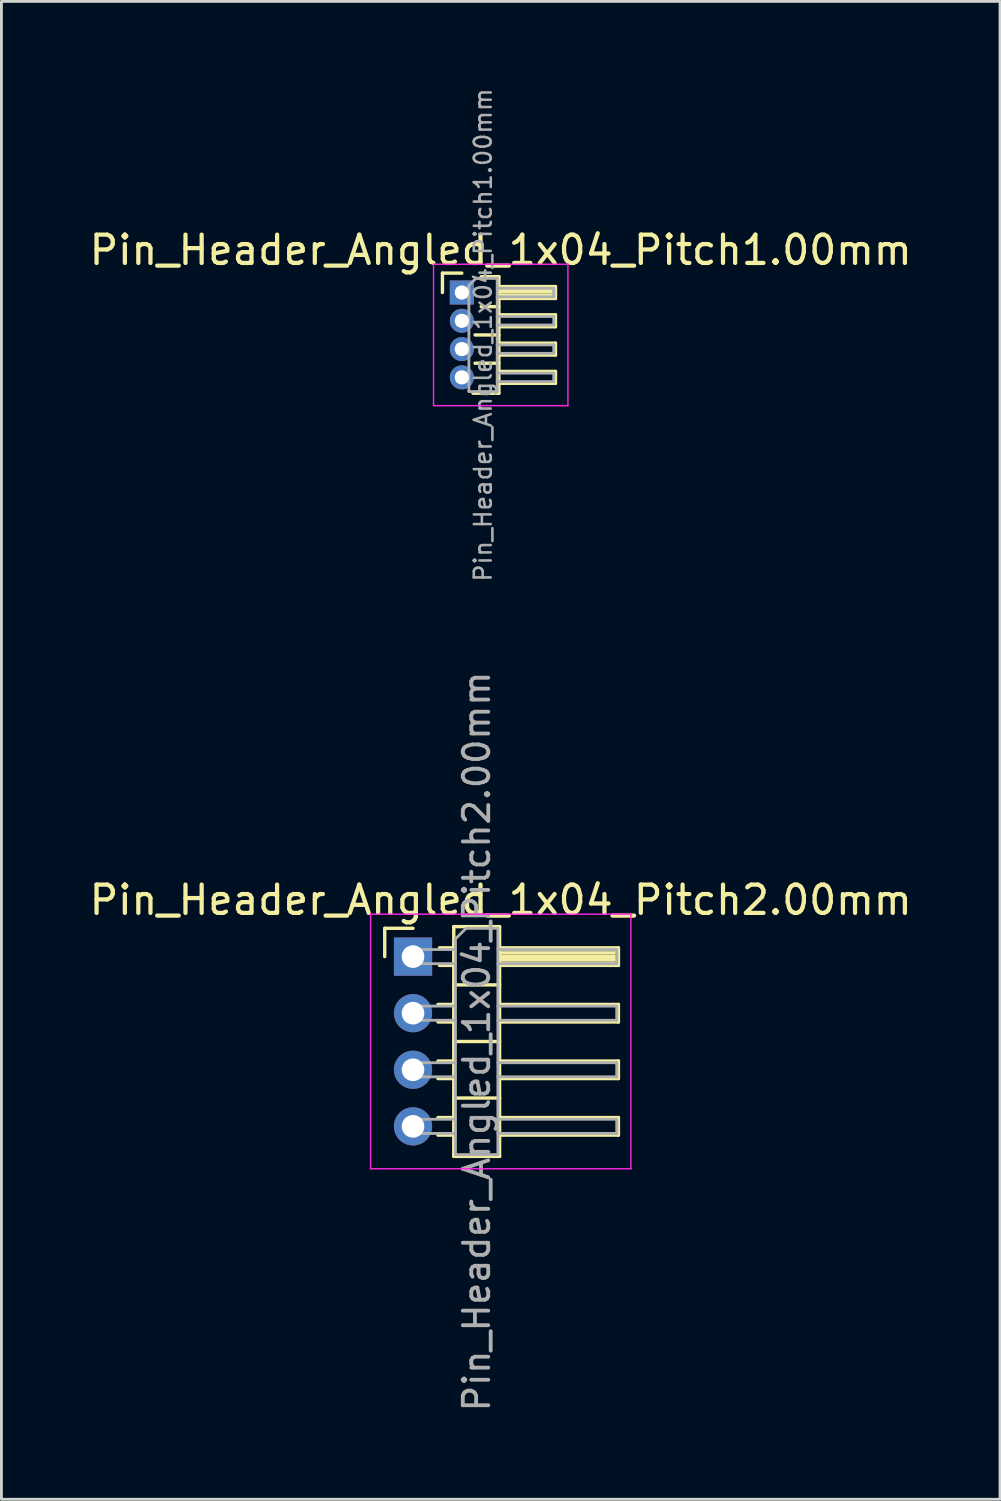
<source format=kicad_pcb>
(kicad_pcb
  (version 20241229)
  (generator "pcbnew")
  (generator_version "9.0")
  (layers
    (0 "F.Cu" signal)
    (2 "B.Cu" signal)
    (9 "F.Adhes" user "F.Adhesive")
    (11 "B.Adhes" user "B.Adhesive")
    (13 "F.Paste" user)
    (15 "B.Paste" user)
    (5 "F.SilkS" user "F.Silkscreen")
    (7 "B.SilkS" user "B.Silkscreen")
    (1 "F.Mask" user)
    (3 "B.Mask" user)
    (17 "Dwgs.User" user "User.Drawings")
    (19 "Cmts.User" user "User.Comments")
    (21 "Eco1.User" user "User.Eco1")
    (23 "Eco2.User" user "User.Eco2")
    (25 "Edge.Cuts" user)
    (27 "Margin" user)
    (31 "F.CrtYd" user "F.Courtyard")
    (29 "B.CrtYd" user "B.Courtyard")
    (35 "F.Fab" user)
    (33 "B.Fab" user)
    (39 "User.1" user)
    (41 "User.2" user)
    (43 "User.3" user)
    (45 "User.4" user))
  (footprint "Pin_Header_Angled_1x04_Pitch2.00mm"
    (layer "F.Cu")
    (at 11.549 30.763)
    (property "Reference" "Pin_Header_Angled_1x04_Pitch2.00mm" (at 3.1 -2 0) (layer "F.SilkS") (effects (font (size 1 1) (thickness 0.15))))
    (attr through_hole)
    (fp_line (start -1 -1) (end 0 -1) (stroke (width 0.12) (type solid)) (layer "F.SilkS"))
    (fp_line (start -1 0) (end -1 -1) (stroke (width 0.12) (type solid)) (layer "F.SilkS"))
    (fp_line (start 0.882 1.69) (end 1.44 1.69) (stroke (width 0.12) (type solid)) (layer "F.SilkS"))
    (fp_line (start 0.882 2.31) (end 1.44 2.31) (stroke (width 0.12) (type solid)) (layer "F.SilkS"))
    (fp_line (start 0.882 3.69) (end 1.44 3.69) (stroke (width 0.12) (type solid)) (layer "F.SilkS"))
    (fp_line (start 0.882 4.31) (end 1.44 4.31) (stroke (width 0.12) (type solid)) (layer "F.SilkS"))
    (fp_line (start 0.882 5.69) (end 1.44 5.69) (stroke (width 0.12) (type solid)) (layer "F.SilkS"))
    (fp_line (start 0.882 6.31) (end 1.44 6.31) (stroke (width 0.12) (type solid)) (layer "F.SilkS"))
    (fp_line (start 0.935 -0.31) (end 1.44 -0.31) (stroke (width 0.12) (type solid)) (layer "F.SilkS"))
    (fp_line (start 0.935 0.31) (end 1.44 0.31) (stroke (width 0.12) (type solid)) (layer "F.SilkS"))
    (fp_line (start 1.44 -1.06) (end 1.44 7.06) (stroke (width 0.12) (type solid)) (layer "F.SilkS"))
    (fp_line (start 1.44 1) (end 3.06 1) (stroke (width 0.12) (type solid)) (layer "F.SilkS"))
    (fp_line (start 1.44 3) (end 3.06 3) (stroke (width 0.12) (type solid)) (layer "F.SilkS"))
    (fp_line (start 1.44 5) (end 3.06 5) (stroke (width 0.12) (type solid)) (layer "F.SilkS"))
    (fp_line (start 1.44 7.06) (end 3.06 7.06) (stroke (width 0.12) (type solid)) (layer "F.SilkS"))
    (fp_line (start 3.06 -1.06) (end 1.44 -1.06) (stroke (width 0.12) (type solid)) (layer "F.SilkS"))
    (fp_line (start 3.06 -0.31) (end 7.26 -0.31) (stroke (width 0.12) (type solid)) (layer "F.SilkS"))
    (fp_line (start 3.06 -0.25) (end 7.26 -0.25) (stroke (width 0.12) (type solid)) (layer "F.SilkS"))
    (fp_line (start 3.06 -0.13) (end 7.26 -0.13) (stroke (width 0.12) (type solid)) (layer "F.SilkS"))
    (fp_line (start 3.06 -0.01) (end 7.26 -0.01) (stroke (width 0.12) (type solid)) (layer "F.SilkS"))
    (fp_line (start 3.06 0.11) (end 7.26 0.11) (stroke (width 0.12) (type solid)) (layer "F.SilkS"))
    (fp_line (start 3.06 0.23) (end 7.26 0.23) (stroke (width 0.12) (type solid)) (layer "F.SilkS"))
    (fp_line (start 3.06 1.69) (end 7.26 1.69) (stroke (width 0.12) (type solid)) (layer "F.SilkS"))
    (fp_line (start 3.06 3.69) (end 7.26 3.69) (stroke (width 0.12) (type solid)) (layer "F.SilkS"))
    (fp_line (start 3.06 5.69) (end 7.26 5.69) (stroke (width 0.12) (type solid)) (layer "F.SilkS"))
    (fp_line (start 3.06 7.06) (end 3.06 -1.06) (stroke (width 0.12) (type solid)) (layer "F.SilkS"))
    (fp_line (start 7.26 -0.31) (end 7.26 0.31) (stroke (width 0.12) (type solid)) (layer "F.SilkS"))
    (fp_line (start 7.26 0.31) (end 3.06 0.31) (stroke (width 0.12) (type solid)) (layer "F.SilkS"))
    (fp_line (start 7.26 1.69) (end 7.26 2.31) (stroke (width 0.12) (type solid)) (layer "F.SilkS"))
    (fp_line (start 7.26 2.31) (end 3.06 2.31) (stroke (width 0.12) (type solid)) (layer "F.SilkS"))
    (fp_line (start 7.26 3.69) (end 7.26 4.31) (stroke (width 0.12) (type solid)) (layer "F.SilkS"))
    (fp_line (start 7.26 4.31) (end 3.06 4.31) (stroke (width 0.12) (type solid)) (layer "F.SilkS"))
    (fp_line (start 7.26 5.69) (end 7.26 6.31) (stroke (width 0.12) (type solid)) (layer "F.SilkS"))
    (fp_line (start 7.26 6.31) (end 3.06 6.31) (stroke (width 0.12) (type solid)) (layer "F.SilkS"))
    (fp_line (start -1.5 -1.5) (end -1.5 7.5) (stroke (width 0.05) (type solid)) (layer "F.CrtYd"))
    (fp_line (start -1.5 7.5) (end 7.7 7.5) (stroke (width 0.05) (type solid)) (layer "F.CrtYd"))
    (fp_line (start 7.7 -1.5) (end -1.5 -1.5) (stroke (width 0.05) (type solid)) (layer "F.CrtYd"))
    (fp_line (start 7.7 7.5) (end 7.7 -1.5) (stroke (width 0.05) (type solid)) (layer "F.CrtYd"))
    (fp_line (start -0.25 -0.25) (end -0.25 0.25) (stroke (width 0.1) (type solid)) (layer "F.Fab"))
    (fp_line (start -0.25 -0.25) (end 1.5 -0.25) (stroke (width 0.1) (type solid)) (layer "F.Fab"))
    (fp_line (start -0.25 0.25) (end 1.5 0.25) (stroke (width 0.1) (type solid)) (layer "F.Fab"))
    (fp_line (start -0.25 1.75) (end -0.25 2.25) (stroke (width 0.1) (type solid)) (layer "F.Fab"))
    (fp_line (start -0.25 1.75) (end 1.5 1.75) (stroke (width 0.1) (type solid)) (layer "F.Fab"))
    (fp_line (start -0.25 2.25) (end 1.5 2.25) (stroke (width 0.1) (type solid)) (layer "F.Fab"))
    (fp_line (start -0.25 3.75) (end -0.25 4.25) (stroke (width 0.1) (type solid)) (layer "F.Fab"))
    (fp_line (start -0.25 3.75) (end 1.5 3.75) (stroke (width 0.1) (type solid)) (layer "F.Fab"))
    (fp_line (start -0.25 4.25) (end 1.5 4.25) (stroke (width 0.1) (type solid)) (layer "F.Fab"))
    (fp_line (start -0.25 5.75) (end -0.25 6.25) (stroke (width 0.1) (type solid)) (layer "F.Fab"))
    (fp_line (start -0.25 5.75) (end 1.5 5.75) (stroke (width 0.1) (type solid)) (layer "F.Fab"))
    (fp_line (start -0.25 6.25) (end 1.5 6.25) (stroke (width 0.1) (type solid)) (layer "F.Fab"))
    (fp_line (start 1.5 -0.625) (end 1.875 -1) (stroke (width 0.1) (type solid)) (layer "F.Fab"))
    (fp_line (start 1.5 7) (end 1.5 -0.625) (stroke (width 0.1) (type solid)) (layer "F.Fab"))
    (fp_line (start 1.875 -1) (end 3 -1) (stroke (width 0.1) (type solid)) (layer "F.Fab"))
    (fp_line (start 3 -1) (end 3 7) (stroke (width 0.1) (type solid)) (layer "F.Fab"))
    (fp_line (start 3 -0.25) (end 7.2 -0.25) (stroke (width 0.1) (type solid)) (layer "F.Fab"))
    (fp_line (start 3 0.25) (end 7.2 0.25) (stroke (width 0.1) (type solid)) (layer "F.Fab"))
    (fp_line (start 3 1.75) (end 7.2 1.75) (stroke (width 0.1) (type solid)) (layer "F.Fab"))
    (fp_line (start 3 2.25) (end 7.2 2.25) (stroke (width 0.1) (type solid)) (layer "F.Fab"))
    (fp_line (start 3 3.75) (end 7.2 3.75) (stroke (width 0.1) (type solid)) (layer "F.Fab"))
    (fp_line (start 3 4.25) (end 7.2 4.25) (stroke (width 0.1) (type solid)) (layer "F.Fab"))
    (fp_line (start 3 5.75) (end 7.2 5.75) (stroke (width 0.1) (type solid)) (layer "F.Fab"))
    (fp_line (start 3 6.25) (end 7.2 6.25) (stroke (width 0.1) (type solid)) (layer "F.Fab"))
    (fp_line (start 3 7) (end 1.5 7) (stroke (width 0.1) (type solid)) (layer "F.Fab"))
    (fp_line (start 7.2 -0.25) (end 7.2 0.25) (stroke (width 0.1) (type solid)) (layer "F.Fab"))
    (fp_line (start 7.2 1.75) (end 7.2 2.25) (stroke (width 0.1) (type solid)) (layer "F.Fab"))
    (fp_line (start 7.2 3.75) (end 7.2 4.25) (stroke (width 0.1) (type solid)) (layer "F.Fab"))
    (fp_line (start 7.2 5.75) (end 7.2 6.25) (stroke (width 0.1) (type solid)) (layer "F.Fab"))
    (fp_text user "${REFERENCE}" (at 2.25 3 90) (layer "F.Fab") (effects (font (size 0.9 0.9) (thickness 0.135))))
    (pad "1" thru_hole rect (at 0 0) (size 1.35 1.35) (drill 0.8) (layers "*.Cu" "*.Mask"))
    (pad "2" thru_hole oval (at 0 2) (size 1.35 1.35) (drill 0.8) (layers "*.Cu" "*.Mask"))
    (pad "3" thru_hole oval (at 0 4) (size 1.35 1.35) (drill 0.8) (layers "*.Cu" "*.Mask"))
    (pad "4" thru_hole oval (at 0 6) (size 1.35 1.35) (drill 0.8) (layers "*.Cu" "*.Mask")))
  (footprint "Pin_Header_Angled_1x04_Pitch1.00mm"
    (layer "F.Cu")
    (at 13.274 7.289)
    (property "Reference" "Pin_Header_Angled_1x04_Pitch1.00mm" (at 1.375 -1.5 0) (layer "F.SilkS") (effects (font (size 1 1) (thickness 0.15))))
    (attr through_hole)
    (fp_line (start -0.685 -0.685) (end 0 -0.685) (stroke (width 0.12) (type solid)) (layer "F.SilkS"))
    (fp_line (start -0.685 0) (end -0.685 -0.685) (stroke (width 0.12) (type solid)) (layer "F.SilkS"))
    (fp_line (start 0.468 1.5) (end 1.31 1.5) (stroke (width 0.12) (type solid)) (layer "F.SilkS"))
    (fp_line (start 0.468 2.5) (end 1.31 2.5) (stroke (width 0.12) (type solid)) (layer "F.SilkS"))
    (fp_line (start 0.685 -0.56) (end 1.31 -0.56) (stroke (width 0.12) (type solid)) (layer "F.SilkS"))
    (fp_line (start 0.685 0.5) (end 1.31 0.5) (stroke (width 0.12) (type solid)) (layer "F.SilkS"))
    (fp_line (start 1.31 -0.56) (end 1.31 3.56) (stroke (width 0.12) (type solid)) (layer "F.SilkS"))
    (fp_line (start 1.31 -0.21) (end 3.31 -0.21) (stroke (width 0.12) (type solid)) (layer "F.SilkS"))
    (fp_line (start 1.31 -0.15) (end 3.31 -0.15) (stroke (width 0.12) (type solid)) (layer "F.SilkS"))
    (fp_line (start 1.31 -0.03) (end 3.31 -0.03) (stroke (width 0.12) (type solid)) (layer "F.SilkS"))
    (fp_line (start 1.31 0.09) (end 3.31 0.09) (stroke (width 0.12) (type solid)) (layer "F.SilkS"))
    (fp_line (start 1.31 0.79) (end 3.31 0.79) (stroke (width 0.12) (type solid)) (layer "F.SilkS"))
    (fp_line (start 1.31 1.79) (end 3.31 1.79) (stroke (width 0.12) (type solid)) (layer "F.SilkS"))
    (fp_line (start 1.31 2.79) (end 3.31 2.79) (stroke (width 0.12) (type solid)) (layer "F.SilkS"))
    (fp_line (start 1.31 3.56) (end 0.394 3.56) (stroke (width 0.12) (type solid)) (layer "F.SilkS"))
    (fp_line (start 3.31 -0.21) (end 3.31 0.21) (stroke (width 0.12) (type solid)) (layer "F.SilkS"))
    (fp_line (start 3.31 0.21) (end 1.31 0.21) (stroke (width 0.12) (type solid)) (layer "F.SilkS"))
    (fp_line (start 3.31 0.79) (end 3.31 1.21) (stroke (width 0.12) (type solid)) (layer "F.SilkS"))
    (fp_line (start 3.31 1.21) (end 1.31 1.21) (stroke (width 0.12) (type solid)) (layer "F.SilkS"))
    (fp_line (start 3.31 1.79) (end 3.31 2.21) (stroke (width 0.12) (type solid)) (layer "F.SilkS"))
    (fp_line (start 3.31 2.21) (end 1.31 2.21) (stroke (width 0.12) (type solid)) (layer "F.SilkS"))
    (fp_line (start 3.31 2.79) (end 3.31 3.21) (stroke (width 0.12) (type solid)) (layer "F.SilkS"))
    (fp_line (start 3.31 3.21) (end 1.31 3.21) (stroke (width 0.12) (type solid)) (layer "F.SilkS"))
    (fp_line (start -1 -1) (end -1 4) (stroke (width 0.05) (type solid)) (layer "F.CrtYd"))
    (fp_line (start -1 4) (end 3.75 4) (stroke (width 0.05) (type solid)) (layer "F.CrtYd"))
    (fp_line (start 3.75 -1) (end -1 -1) (stroke (width 0.05) (type solid)) (layer "F.CrtYd"))
    (fp_line (start 3.75 4) (end 3.75 -1) (stroke (width 0.05) (type solid)) (layer "F.CrtYd"))
    (fp_line (start -0.15 -0.15) (end -0.15 0.15) (stroke (width 0.1) (type solid)) (layer "F.Fab"))
    (fp_line (start -0.15 -0.15) (end 0.25 -0.15) (stroke (width 0.1) (type solid)) (layer "F.Fab"))
    (fp_line (start -0.15 0.15) (end 0.25 0.15) (stroke (width 0.1) (type solid)) (layer "F.Fab"))
    (fp_line (start -0.15 0.85) (end -0.15 1.15) (stroke (width 0.1) (type solid)) (layer "F.Fab"))
    (fp_line (start -0.15 0.85) (end 0.25 0.85) (stroke (width 0.1) (type solid)) (layer "F.Fab"))
    (fp_line (start -0.15 1.15) (end 0.25 1.15) (stroke (width 0.1) (type solid)) (layer "F.Fab"))
    (fp_line (start -0.15 1.85) (end -0.15 2.15) (stroke (width 0.1) (type solid)) (layer "F.Fab"))
    (fp_line (start -0.15 1.85) (end 0.25 1.85) (stroke (width 0.1) (type solid)) (layer "F.Fab"))
    (fp_line (start -0.15 2.15) (end 0.25 2.15) (stroke (width 0.1) (type solid)) (layer "F.Fab"))
    (fp_line (start -0.15 2.85) (end -0.15 3.15) (stroke (width 0.1) (type solid)) (layer "F.Fab"))
    (fp_line (start -0.15 2.85) (end 0.25 2.85) (stroke (width 0.1) (type solid)) (layer "F.Fab"))
    (fp_line (start -0.15 3.15) (end 0.25 3.15) (stroke (width 0.1) (type solid)) (layer "F.Fab"))
    (fp_line (start 0.25 -0.25) (end 0.5 -0.5) (stroke (width 0.1) (type solid)) (layer "F.Fab"))
    (fp_line (start 0.25 3.5) (end 0.25 -0.25) (stroke (width 0.1) (type solid)) (layer "F.Fab"))
    (fp_line (start 0.5 -0.5) (end 1.25 -0.5) (stroke (width 0.1) (type solid)) (layer "F.Fab"))
    (fp_line (start 1.25 -0.5) (end 1.25 3.5) (stroke (width 0.1) (type solid)) (layer "F.Fab"))
    (fp_line (start 1.25 -0.15) (end 3.25 -0.15) (stroke (width 0.1) (type solid)) (layer "F.Fab"))
    (fp_line (start 1.25 0.15) (end 3.25 0.15) (stroke (width 0.1) (type solid)) (layer "F.Fab"))
    (fp_line (start 1.25 0.85) (end 3.25 0.85) (stroke (width 0.1) (type solid)) (layer "F.Fab"))
    (fp_line (start 1.25 1.15) (end 3.25 1.15) (stroke (width 0.1) (type solid)) (layer "F.Fab"))
    (fp_line (start 1.25 1.85) (end 3.25 1.85) (stroke (width 0.1) (type solid)) (layer "F.Fab"))
    (fp_line (start 1.25 2.15) (end 3.25 2.15) (stroke (width 0.1) (type solid)) (layer "F.Fab"))
    (fp_line (start 1.25 2.85) (end 3.25 2.85) (stroke (width 0.1) (type solid)) (layer "F.Fab"))
    (fp_line (start 1.25 3.15) (end 3.25 3.15) (stroke (width 0.1) (type solid)) (layer "F.Fab"))
    (fp_line (start 1.25 3.5) (end 0.25 3.5) (stroke (width 0.1) (type solid)) (layer "F.Fab"))
    (fp_line (start 3.25 -0.15) (end 3.25 0.15) (stroke (width 0.1) (type solid)) (layer "F.Fab"))
    (fp_line (start 3.25 0.85) (end 3.25 1.15) (stroke (width 0.1) (type solid)) (layer "F.Fab"))
    (fp_line (start 3.25 1.85) (end 3.25 2.15) (stroke (width 0.1) (type solid)) (layer "F.Fab"))
    (fp_line (start 3.25 2.85) (end 3.25 3.15) (stroke (width 0.1) (type solid)) (layer "F.Fab"))
    (fp_text user "${REFERENCE}" (at 0.75 1.5 90) (layer "F.Fab") (effects (font (size 0.6 0.6) (thickness 0.09))))
    (pad "1" thru_hole rect (at 0 0) (size 0.85 0.85) (drill 0.5) (layers "*.Cu" "*.Mask"))
    (pad "2" thru_hole oval (at 0 1) (size 0.85 0.85) (drill 0.5) (layers "*.Cu" "*.Mask"))
    (pad "3" thru_hole oval (at 0 2) (size 0.85 0.85) (drill 0.5) (layers "*.Cu" "*.Mask"))
    (pad "4" thru_hole oval (at 0 3) (size 0.85 0.85) (drill 0.5) (layers "*.Cu" "*.Mask")))
  (gr_rect
    (start -3 -3)
    (end 32.298 49.946)
    (stroke (width 0.1) (type default))
    (fill no)
    (layer "Edge.Cuts")))
</source>
